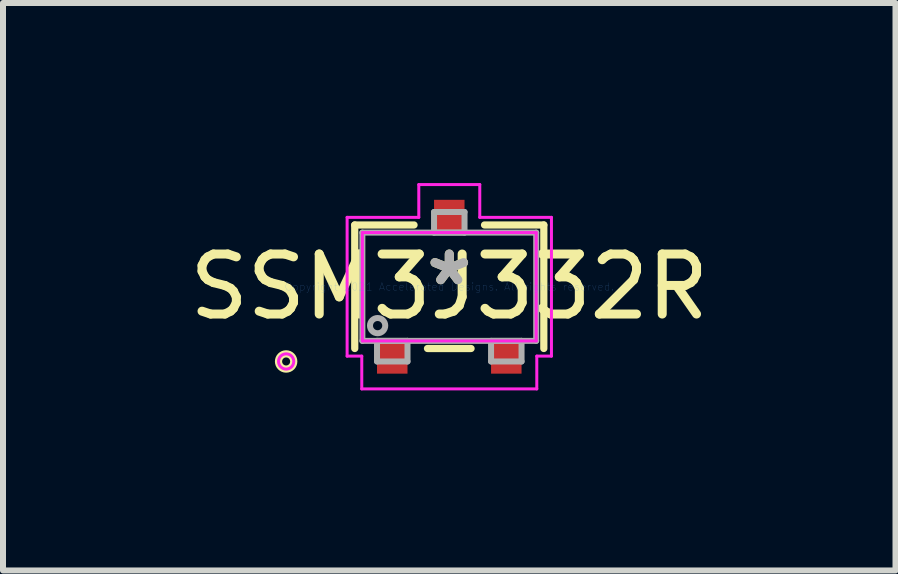
<source format=kicad_pcb>
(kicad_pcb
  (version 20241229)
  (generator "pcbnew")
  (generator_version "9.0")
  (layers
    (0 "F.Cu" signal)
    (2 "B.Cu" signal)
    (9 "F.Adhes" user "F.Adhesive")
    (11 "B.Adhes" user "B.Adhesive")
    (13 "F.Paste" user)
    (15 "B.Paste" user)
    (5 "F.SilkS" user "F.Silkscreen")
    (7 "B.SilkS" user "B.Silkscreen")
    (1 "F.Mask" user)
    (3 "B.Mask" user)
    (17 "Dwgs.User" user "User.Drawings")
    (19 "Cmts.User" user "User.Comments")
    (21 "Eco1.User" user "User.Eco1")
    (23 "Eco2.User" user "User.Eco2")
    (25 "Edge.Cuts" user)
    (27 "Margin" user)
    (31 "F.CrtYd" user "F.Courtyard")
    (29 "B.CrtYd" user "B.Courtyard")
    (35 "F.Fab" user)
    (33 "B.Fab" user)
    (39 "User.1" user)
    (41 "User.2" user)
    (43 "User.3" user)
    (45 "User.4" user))
  (footprint "SSM3J332R"
    (layer "F.Cu")
    (at 4.435 1.727)
    (property "Reference" "SSM3J332R" (at 0 0 0) (layer "F.SilkS") (effects (font (size 1 1) (thickness 0.15))))
    (attr through_hole)
    (fp_line (start -1.575 -1.029) (end -1.575 1.029) (stroke (width 0.12) (type solid)) (layer "F.SilkS"))
    (fp_line (start -0.587 -1.029) (end -1.575 -1.029) (stroke (width 0.12) (type solid)) (layer "F.SilkS"))
    (fp_line (start -0.363 1.029) (end 0.363 1.029) (stroke (width 0.12) (type solid)) (layer "F.SilkS"))
    (fp_line (start 1.575 -1.029) (end 0.587 -1.029) (stroke (width 0.12) (type solid)) (layer "F.SilkS"))
    (fp_line (start 1.575 1.029) (end 1.575 -1.029) (stroke (width 0.12) (type solid)) (layer "F.SilkS"))
    (fp_circle (center -2.718 1.245) (end -2.591 1.245) (stroke (width 0.12) (type solid)) (fill no) (layer "F.SilkS"))
    (fp_line (start -1.702 -1.156) (end -0.508 -1.156) (stroke (width 0.05) (type solid)) (layer "F.CrtYd"))
    (fp_line (start -1.702 1.156) (end -1.702 -1.156) (stroke (width 0.05) (type solid)) (layer "F.CrtYd"))
    (fp_line (start -1.458 1.156) (end -1.702 1.156) (stroke (width 0.05) (type solid)) (layer "F.CrtYd"))
    (fp_line (start -1.458 1.702) (end -1.458 1.156) (stroke (width 0.05) (type solid)) (layer "F.CrtYd"))
    (fp_line (start -1.448 -0.902) (end 1.448 -0.902) (stroke (width 0.05) (type solid)) (layer "F.CrtYd"))
    (fp_line (start -1.448 0.902) (end -1.448 -0.902) (stroke (width 0.05) (type solid)) (layer "F.CrtYd"))
    (fp_line (start -0.508 -1.702) (end 0.508 -1.702) (stroke (width 0.05) (type solid)) (layer "F.CrtYd"))
    (fp_line (start -0.508 -1.156) (end -0.508 -1.702) (stroke (width 0.05) (type solid)) (layer "F.CrtYd"))
    (fp_line (start 0.508 -1.702) (end 0.508 -1.156) (stroke (width 0.05) (type solid)) (layer "F.CrtYd"))
    (fp_line (start 0.508 -1.156) (end 1.702 -1.156) (stroke (width 0.05) (type solid)) (layer "F.CrtYd"))
    (fp_line (start 1.448 -0.902) (end 1.448 0.902) (stroke (width 0.05) (type solid)) (layer "F.CrtYd"))
    (fp_line (start 1.448 0.902) (end -1.448 0.902) (stroke (width 0.05) (type solid)) (layer "F.CrtYd"))
    (fp_line (start 1.458 1.156) (end 1.458 1.702) (stroke (width 0.05) (type solid)) (layer "F.CrtYd"))
    (fp_line (start 1.458 1.702) (end -1.458 1.702) (stroke (width 0.05) (type solid)) (layer "F.CrtYd"))
    (fp_line (start 1.702 -1.156) (end 1.702 1.156) (stroke (width 0.05) (type solid)) (layer "F.CrtYd"))
    (fp_line (start 1.702 1.156) (end 1.458 1.156) (stroke (width 0.05) (type solid)) (layer "F.CrtYd"))
    (fp_circle (center -2.718 1.245) (end -2.591 1.245) (stroke (width 0.05) (type solid)) (fill no) (layer "F.CrtYd"))
    (fp_line (start -1.448 -0.902) (end -1.448 0.902) (stroke (width 0.1) (type solid)) (layer "F.Fab"))
    (fp_line (start -1.448 0.902) (end 1.448 0.902) (stroke (width 0.1) (type solid)) (layer "F.Fab"))
    (fp_line (start -1.204 0.902) (end -1.204 1.245) (stroke (width 0.1) (type solid)) (layer "F.Fab"))
    (fp_line (start -1.204 1.245) (end -0.696 1.245) (stroke (width 0.1) (type solid)) (layer "F.Fab"))
    (fp_line (start -0.696 0.902) (end -1.204 0.902) (stroke (width 0.1) (type solid)) (layer "F.Fab"))
    (fp_line (start -0.696 1.245) (end -0.696 0.902) (stroke (width 0.1) (type solid)) (layer "F.Fab"))
    (fp_line (start -0.254 -1.245) (end -0.254 -0.902) (stroke (width 0.1) (type solid)) (layer "F.Fab"))
    (fp_line (start -0.254 -0.902) (end 0.254 -0.902) (stroke (width 0.1) (type solid)) (layer "F.Fab"))
    (fp_line (start 0.254 -1.245) (end -0.254 -1.245) (stroke (width 0.1) (type solid)) (layer "F.Fab"))
    (fp_line (start 0.254 -0.902) (end 0.254 -1.245) (stroke (width 0.1) (type solid)) (layer "F.Fab"))
    (fp_line (start 0.696 0.902) (end 0.696 1.245) (stroke (width 0.1) (type solid)) (layer "F.Fab"))
    (fp_line (start 0.696 1.245) (end 1.204 1.245) (stroke (width 0.1) (type solid)) (layer "F.Fab"))
    (fp_line (start 1.204 0.902) (end 0.696 0.902) (stroke (width 0.1) (type solid)) (layer "F.Fab"))
    (fp_line (start 1.204 1.245) (end 1.204 0.902) (stroke (width 0.1) (type solid)) (layer "F.Fab"))
    (fp_line (start 1.448 -0.902) (end -1.448 -0.902) (stroke (width 0.1) (type solid)) (layer "F.Fab"))
    (fp_line (start 1.448 0.902) (end 1.448 -0.902) (stroke (width 0.1) (type solid)) (layer "F.Fab"))
    (fp_circle (center -1.194 0.648) (end -1.067 0.648) (stroke (width 0.1) (type solid)) (fill no) (layer "F.Fab"))
    (fp_text user "*" (at 0 0 0) (layer "F.SilkS") (effects (font (size 1 1) (thickness 0.15))))
    (fp_text user "Copyright 2021 Accelerated Designs. All rights reserved." (at 0 0 0) (layer "Cmts.User") (effects (font (size 0.127 0.127) (thickness 0.002))))
    (fp_text user "*" (at 0 0 0) (layer "F.Fab") (effects (font (size 1 1) (thickness 0.15))))
    (pad "1" smd rect (at -0.95 1.194) (size 0.508 0.508) (layers "F.Cu" "F.Mask" "F.Paste"))
    (pad "2" smd rect (at 0.95 1.194) (size 0.508 0.508) (layers "F.Cu" "F.Mask" "F.Paste"))
    (pad "3" smd rect (at 0 -1.194) (size 0.508 0.508) (layers "F.Cu" "F.Mask" "F.Paste")))
  (gr_rect
    (start -3 -3)
    (end 11.869 6.454)
    (stroke (width 0.1) (type default))
    (fill no)
    (layer "Edge.Cuts")))
</source>
